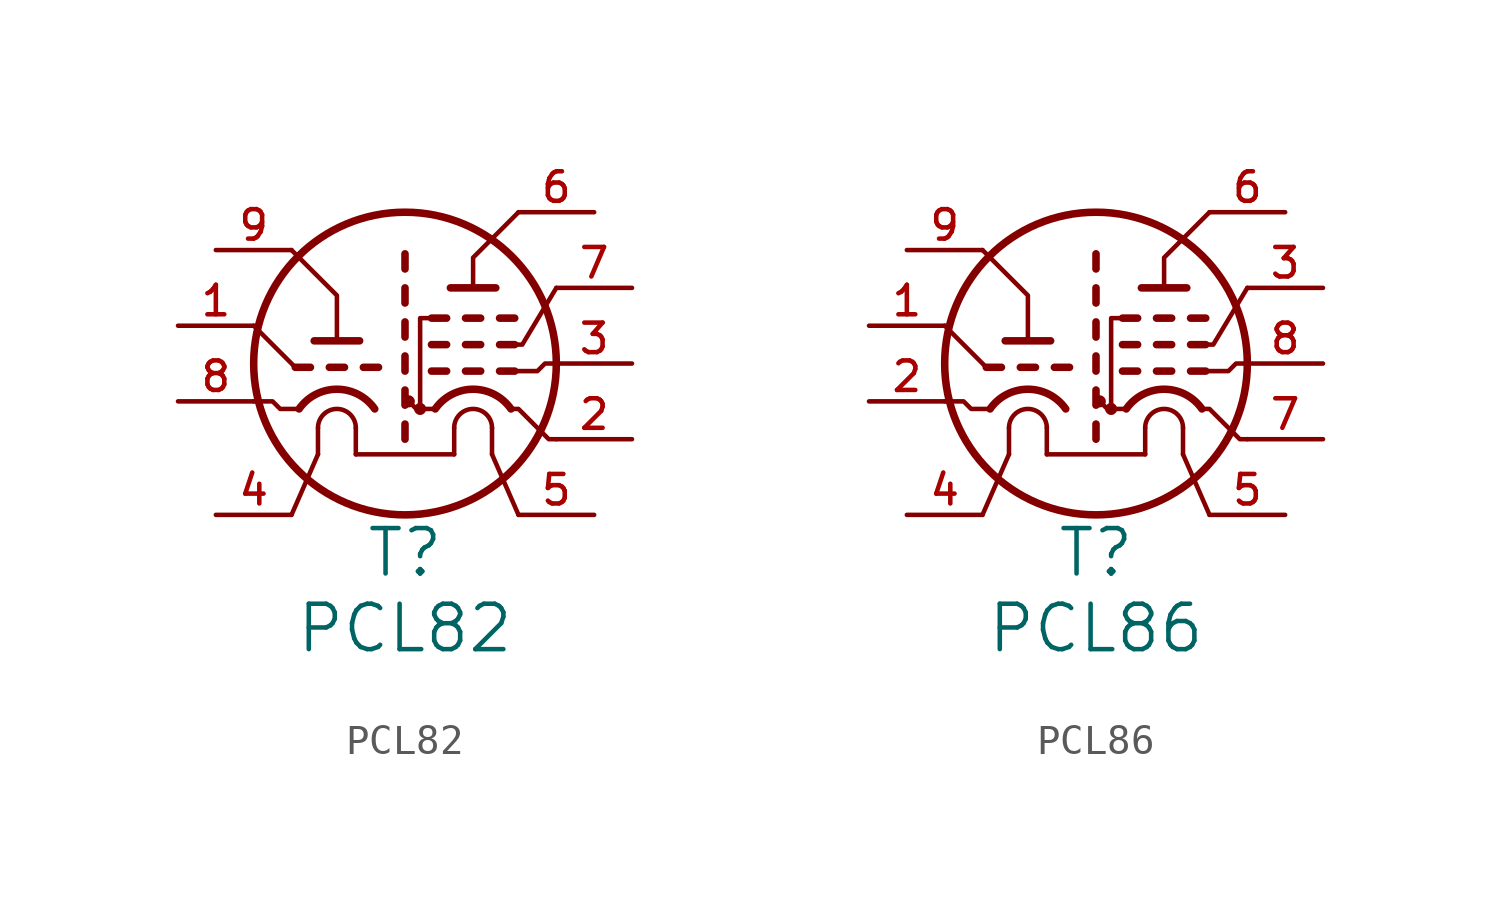
<source format=kicad_sym>
(kicad_symbol_lib
  (version 20220914)
  (generator kicad_symbol_editor)
  (symbol "PCL82"
    (pin_names
      (offset 0.025) hide)
    (property "Reference" "T"
      (at 0 -6.35 0)
      (effects (font (size 1.524 1.524))))
    (property "Value" "PCL82"
      (at 0 -8.89 0)
      (effects (font (size 1.524 1.524))))
    (property "Footprint" ""
      (at 2.286 0.635 0)
      (effects (font (size 1.524 1.524))))
    (property "Datasheet" ""
      (at 2.286 0.635 0)
      (effects (font (size 1.524 1.524))))
    (symbol "PCL82_0_1"
      (arc (start -1.651 -2.159) (mid -2.286 -1.5267) (end -2.921 -2.159) (stroke (width 0) (type solid)) (fill (type none)))
      (arc (start -1.016 -1.524) (mid -2.286 -0.8628) (end -3.556 -1.524) (stroke (width 0.254) (type solid)) (fill (type none)))
      (polyline (pts (xy -5.08 1.27) (xy -3.683 -0.127)) (stroke (width 0) (type solid)) (fill (type none)))
      (polyline (pts (xy -3.81 -5.08) (xy -2.921 -3.048)) (stroke (width 0) (type solid)) (fill (type none)))
      (polyline (pts (xy -3.683 -0.127) (xy -3.175 -0.127)) (stroke (width 0.254) (type solid)) (fill (type none)))
      (polyline (pts (xy -3.048 0.762) (xy -1.524 0.762)) (stroke (width 0.254) (type solid)) (fill (type none)))
      (polyline (pts (xy -2.921 -2.159) (xy -2.921 -3.048)) (stroke (width 0) (type solid)) (fill (type none)))
      (polyline (pts (xy -2.54 -0.127) (xy -2.032 -0.127)) (stroke (width 0.254) (type solid)) (fill (type none)))
      (polyline (pts (xy -1.651 -2.159) (xy -1.651 -3.048)) (stroke (width 0) (type solid)) (fill (type none)))
      (polyline (pts (xy -1.397 -0.127) (xy -0.889 -0.127)) (stroke (width 0.254) (type solid)) (fill (type none)))
      (polyline (pts (xy 0 -2.54) (xy 0 -2.032)) (stroke (width 0.254) (type solid)) (fill (type none)))
      (polyline (pts (xy 0 -1.397) (xy 0 -0.889)) (stroke (width 0.254) (type solid)) (fill (type none)))
      (polyline (pts (xy 0 -0.254) (xy 0 0.254)) (stroke (width 0.254) (type solid)) (fill (type none)))
      (polyline (pts (xy 0 0.889) (xy 0 1.397)) (stroke (width 0.254) (type solid)) (fill (type none)))
      (polyline (pts (xy 0 2.032) (xy 0 2.54)) (stroke (width 0.254) (type solid)) (fill (type none)))
      (polyline (pts (xy 0 3.175) (xy 0 3.683)) (stroke (width 0.254) (type solid)) (fill (type none)))
      (polyline (pts (xy 0.889 -0.254) (xy 1.397 -0.254)) (stroke (width 0.254) (type solid)) (fill (type none)))
      (polyline (pts (xy 0.889 0.635) (xy 1.397 0.635)) (stroke (width 0.254) (type solid)) (fill (type none)))
      (polyline (pts (xy 0.889 1.524) (xy 1.397 1.524)) (stroke (width 0.254) (type solid)) (fill (type none)))
      (polyline (pts (xy 1.524 2.54) (xy 3.048 2.54)) (stroke (width 0.254) (type solid)) (fill (type none)))
      (polyline (pts (xy 1.651 -3.048) (xy -1.651 -3.048)) (stroke (width 0) (type solid)) (fill (type none)))
      (polyline (pts (xy 1.651 -2.159) (xy 1.651 -3.048)) (stroke (width 0) (type solid)) (fill (type none)))
      (polyline (pts (xy 2.032 -0.254) (xy 2.54 -0.254)) (stroke (width 0.254) (type solid)) (fill (type none)))
      (polyline (pts (xy 2.032 0.635) (xy 2.54 0.635)) (stroke (width 0.254) (type solid)) (fill (type none)))
      (polyline (pts (xy 2.032 1.524) (xy 2.54 1.524)) (stroke (width 0.254) (type solid)) (fill (type none)))
      (polyline (pts (xy 2.921 -2.159) (xy 2.921 -3.048)) (stroke (width 0) (type solid)) (fill (type none)))
      (polyline (pts (xy 3.175 -0.254) (xy 3.683 -0.254)) (stroke (width 0.254) (type solid)) (fill (type none)))
      (polyline (pts (xy 3.175 0.635) (xy 3.683 0.635)) (stroke (width 0.254) (type solid)) (fill (type none)))
      (polyline (pts (xy 3.175 1.524) (xy 3.683 1.524)) (stroke (width 0.254) (type solid)) (fill (type none)))
      (polyline (pts (xy 3.81 -5.08) (xy 2.921 -3.048)) (stroke (width 0) (type solid)) (fill (type none)))
      (polyline (pts (xy -3.81 3.81) (xy -2.286 2.286) (xy -2.286 0.762)) (stroke (width 0) (type solid)) (fill (type none)))
      (polyline (pts (xy 0.508 -1.524) (xy 0.508 1.524) (xy 0.889 1.524)) (stroke (width 0) (type solid)) (fill (type none)))
      (polyline (pts (xy 1.016 -1.524) (xy 0.381 -1.524) (xy 0 -1.143)) (stroke (width 0) (type solid)) (fill (type none)))
      (polyline (pts (xy 3.683 0.635) (xy 3.937 0.635) (xy 5.08 2.54)) (stroke (width 0) (type solid)) (fill (type none)))
      (polyline (pts (xy 3.81 5.08) (xy 2.286 3.556) (xy 2.286 2.54)) (stroke (width 0) (type solid)) (fill (type none)))
      (polyline (pts (xy -5.08 -1.27) (xy -4.445 -1.27) (xy -4.191 -1.524) (xy -3.556 -1.524)) (stroke (width 0) (type solid)) (fill (type none)))
      (polyline (pts (xy 3.556 -1.524) (xy 3.81 -1.524) (xy 4.826 -2.54) (xy 5.08 -2.54)) (stroke (width 0) (type solid)) (fill (type none)))
      (polyline (pts (xy 3.683 -0.254) (xy 4.445 -0.254) (xy 4.699 0) (xy 5.08 0)) (stroke (width 0) (type solid)) (fill (type none)))
      (circle (center 0 0) (radius 5.08) (stroke (width 0.254) (type solid)) (fill (type none)))
      (circle (center 0.127 -1.27) (radius 0.127) (stroke (width 0) (type solid)) (fill (type none)))
      (circle (center 0.508 -1.524) (radius 0.127) (stroke (width 0) (type solid)) (fill (type none)))
      (arc (start 2.921 -2.159) (mid 2.286 -1.5267) (end 1.651 -2.159) (stroke (width 0) (type solid)) (fill (type none)))
      (arc (start 3.556 -1.524) (mid 2.286 -0.8628) (end 1.016 -1.524) (stroke (width 0.254) (type solid)) (fill (type none))))
    (symbol "PCL82_1_1"
      (pin input line (at -7.62 1.27 0) (length 2.54) (name "gT" (effects (font (size 0.762 0.762)))) (number "1" (effects (font (size 0.991 0.991)))))
      (pin input line (at 7.62 -2.54 180) (length 2.54) (name "kP,g3,s" (effects (font (size 0.762 0.762)))) (number "2" (effects (font (size 0.991 0.991)))))
      (pin input line (at 7.62 0 180) (length 2.54) (name "g1" (effects (font (size 0.762 0.762)))) (number "3" (effects (font (size 0.991 0.991)))))
      (pin input line (at -6.35 -5.08 0) (length 2.54) (name "f" (effects (font (size 0.762 0.762)))) (number "4" (effects (font (size 0.991 0.991)))))
      (pin input line (at 6.35 -5.08 180) (length 2.54) (name "f" (effects (font (size 0.762 0.762)))) (number "5" (effects (font (size 0.991 0.991)))))
      (pin input line (at 6.35 5.08 180) (length 2.54) (name "aP" (effects (font (size 0.762 0.762)))) (number "6" (effects (font (size 0.991 0.991)))))
      (pin input line (at 7.62 2.54 180) (length 2.54) (name "g2" (effects (font (size 0.762 0.762)))) (number "7" (effects (font (size 0.991 0.991)))))
      (pin input line (at -7.62 -1.27 0) (length 2.54) (name "kT" (effects (font (size 0.762 0.762)))) (number "8" (effects (font (size 0.991 0.991)))))
      (pin input line (at -6.35 3.81 0) (length 2.54) (name "aT" (effects (font (size 0.762 0.762)))) (number "9" (effects (font (size 0.991 0.991)))))))
  (symbol "PCL86"
    (pin_names
      (offset 0.025) hide)
    (property "Reference" "T"
      (at 0 -6.35 0)
      (effects (font (size 1.524 1.524))))
    (property "Value" "PCL86"
      (at 0 -8.89 0)
      (effects (font (size 1.524 1.524))))
    (property "Footprint" ""
      (at 2.286 0.635 0)
      (effects (font (size 1.524 1.524))))
    (property "Datasheet" ""
      (at 2.286 0.635 0)
      (effects (font (size 1.524 1.524))))
    (symbol "PCL86_0_1"
      (arc (start -1.651 -2.159) (mid -2.286 -1.5267) (end -2.921 -2.159) (stroke (width 0) (type solid)) (fill (type none)))
      (arc (start -1.016 -1.524) (mid -2.286 -0.8628) (end -3.556 -1.524) (stroke (width 0.254) (type solid)) (fill (type none)))
      (polyline (pts (xy -5.08 1.27) (xy -3.683 -0.127)) (stroke (width 0) (type solid)) (fill (type none)))
      (polyline (pts (xy -3.81 -5.08) (xy -2.921 -3.048)) (stroke (width 0) (type solid)) (fill (type none)))
      (polyline (pts (xy -3.683 -0.127) (xy -3.175 -0.127)) (stroke (width 0.254) (type solid)) (fill (type none)))
      (polyline (pts (xy -3.048 0.762) (xy -1.524 0.762)) (stroke (width 0.254) (type solid)) (fill (type none)))
      (polyline (pts (xy -2.921 -2.159) (xy -2.921 -3.048)) (stroke (width 0) (type solid)) (fill (type none)))
      (polyline (pts (xy -2.54 -0.127) (xy -2.032 -0.127)) (stroke (width 0.254) (type solid)) (fill (type none)))
      (polyline (pts (xy -1.651 -2.159) (xy -1.651 -3.048)) (stroke (width 0) (type solid)) (fill (type none)))
      (polyline (pts (xy -1.397 -0.127) (xy -0.889 -0.127)) (stroke (width 0.254) (type solid)) (fill (type none)))
      (polyline (pts (xy 0 -2.54) (xy 0 -2.032)) (stroke (width 0.254) (type solid)) (fill (type none)))
      (polyline (pts (xy 0 -1.397) (xy 0 -0.889)) (stroke (width 0.254) (type solid)) (fill (type none)))
      (polyline (pts (xy 0 -0.254) (xy 0 0.254)) (stroke (width 0.254) (type solid)) (fill (type none)))
      (polyline (pts (xy 0 0.889) (xy 0 1.397)) (stroke (width 0.254) (type solid)) (fill (type none)))
      (polyline (pts (xy 0 2.032) (xy 0 2.54)) (stroke (width 0.254) (type solid)) (fill (type none)))
      (polyline (pts (xy 0 3.175) (xy 0 3.683)) (stroke (width 0.254) (type solid)) (fill (type none)))
      (polyline (pts (xy 0.889 -0.254) (xy 1.397 -0.254)) (stroke (width 0.254) (type solid)) (fill (type none)))
      (polyline (pts (xy 0.889 0.635) (xy 1.397 0.635)) (stroke (width 0.254) (type solid)) (fill (type none)))
      (polyline (pts (xy 0.889 1.524) (xy 1.397 1.524)) (stroke (width 0.254) (type solid)) (fill (type none)))
      (polyline (pts (xy 1.524 2.54) (xy 3.048 2.54)) (stroke (width 0.254) (type solid)) (fill (type none)))
      (polyline (pts (xy 1.651 -3.048) (xy -1.651 -3.048)) (stroke (width 0) (type solid)) (fill (type none)))
      (polyline (pts (xy 1.651 -2.159) (xy 1.651 -3.048)) (stroke (width 0) (type solid)) (fill (type none)))
      (polyline (pts (xy 2.032 -0.254) (xy 2.54 -0.254)) (stroke (width 0.254) (type solid)) (fill (type none)))
      (polyline (pts (xy 2.032 0.635) (xy 2.54 0.635)) (stroke (width 0.254) (type solid)) (fill (type none)))
      (polyline (pts (xy 2.032 1.524) (xy 2.54 1.524)) (stroke (width 0.254) (type solid)) (fill (type none)))
      (polyline (pts (xy 2.921 -2.159) (xy 2.921 -3.048)) (stroke (width 0) (type solid)) (fill (type none)))
      (polyline (pts (xy 3.175 -0.254) (xy 3.683 -0.254)) (stroke (width 0.254) (type solid)) (fill (type none)))
      (polyline (pts (xy 3.175 0.635) (xy 3.683 0.635)) (stroke (width 0.254) (type solid)) (fill (type none)))
      (polyline (pts (xy 3.175 1.524) (xy 3.683 1.524)) (stroke (width 0.254) (type solid)) (fill (type none)))
      (polyline (pts (xy 3.81 -5.08) (xy 2.921 -3.048)) (stroke (width 0) (type solid)) (fill (type none)))
      (polyline (pts (xy -3.81 3.81) (xy -2.286 2.286) (xy -2.286 0.762)) (stroke (width 0) (type solid)) (fill (type none)))
      (polyline (pts (xy 0.508 -1.524) (xy 0.508 1.524) (xy 0.889 1.524)) (stroke (width 0) (type solid)) (fill (type none)))
      (polyline (pts (xy 1.016 -1.524) (xy 0.381 -1.524) (xy 0 -1.143)) (stroke (width 0) (type solid)) (fill (type none)))
      (polyline (pts (xy 3.683 0.635) (xy 3.937 0.635) (xy 5.08 2.54)) (stroke (width 0) (type solid)) (fill (type none)))
      (polyline (pts (xy 3.81 5.08) (xy 2.286 3.556) (xy 2.286 2.54)) (stroke (width 0) (type solid)) (fill (type none)))
      (polyline (pts (xy -5.08 -1.27) (xy -4.445 -1.27) (xy -4.191 -1.524) (xy -3.556 -1.524)) (stroke (width 0) (type solid)) (fill (type none)))
      (polyline (pts (xy 3.556 -1.524) (xy 3.81 -1.524) (xy 4.826 -2.54) (xy 5.08 -2.54)) (stroke (width 0) (type solid)) (fill (type none)))
      (polyline (pts (xy 3.683 -0.254) (xy 4.445 -0.254) (xy 4.699 0) (xy 5.08 0)) (stroke (width 0) (type solid)) (fill (type none)))
      (circle (center 0 0) (radius 5.08) (stroke (width 0.254) (type solid)) (fill (type none)))
      (circle (center 0.127 -1.27) (radius 0.127) (stroke (width 0) (type solid)) (fill (type none)))
      (circle (center 0.508 -1.524) (radius 0.127) (stroke (width 0) (type solid)) (fill (type none)))
      (arc (start 2.921 -2.159) (mid 2.286 -1.5267) (end 1.651 -2.159) (stroke (width 0) (type solid)) (fill (type none)))
      (arc (start 3.556 -1.524) (mid 2.286 -0.8628) (end 1.016 -1.524) (stroke (width 0.254) (type solid)) (fill (type none))))
    (symbol "PCL86_1_1"
      (pin input line (at -7.62 1.27 0) (length 2.54) (name "gT" (effects (font (size 0.762 0.762)))) (number "1" (effects (font (size 0.991 0.991)))))
      (pin input line (at -7.62 -1.27 0) (length 2.54) (name "kT" (effects (font (size 0.762 0.762)))) (number "2" (effects (font (size 0.991 0.991)))))
      (pin input line (at 7.62 2.54 180) (length 2.54) (name "g2" (effects (font (size 0.762 0.762)))) (number "3" (effects (font (size 0.991 0.991)))))
      (pin input line (at -6.35 -5.08 0) (length 2.54) (name "f" (effects (font (size 0.762 0.762)))) (number "4" (effects (font (size 0.991 0.991)))))
      (pin input line (at 6.35 -5.08 180) (length 2.54) (name "f" (effects (font (size 0.762 0.762)))) (number "5" (effects (font (size 0.991 0.991)))))
      (pin input line (at 6.35 5.08 180) (length 2.54) (name "aP" (effects (font (size 0.762 0.762)))) (number "6" (effects (font (size 0.991 0.991)))))
      (pin input line (at 7.62 -2.54 180) (length 2.54) (name "kP,g3,s" (effects (font (size 0.762 0.762)))) (number "7" (effects (font (size 0.991 0.991)))))
      (pin input line (at 7.62 0 180) (length 2.54) (name "g1" (effects (font (size 0.762 0.762)))) (number "8" (effects (font (size 0.991 0.991)))))
      (pin input line (at -6.35 3.81 0) (length 2.54) (name "aT" (effects (font (size 0.762 0.762)))) (number "9" (effects (font (size 0.991 0.991))))))))
</source>
